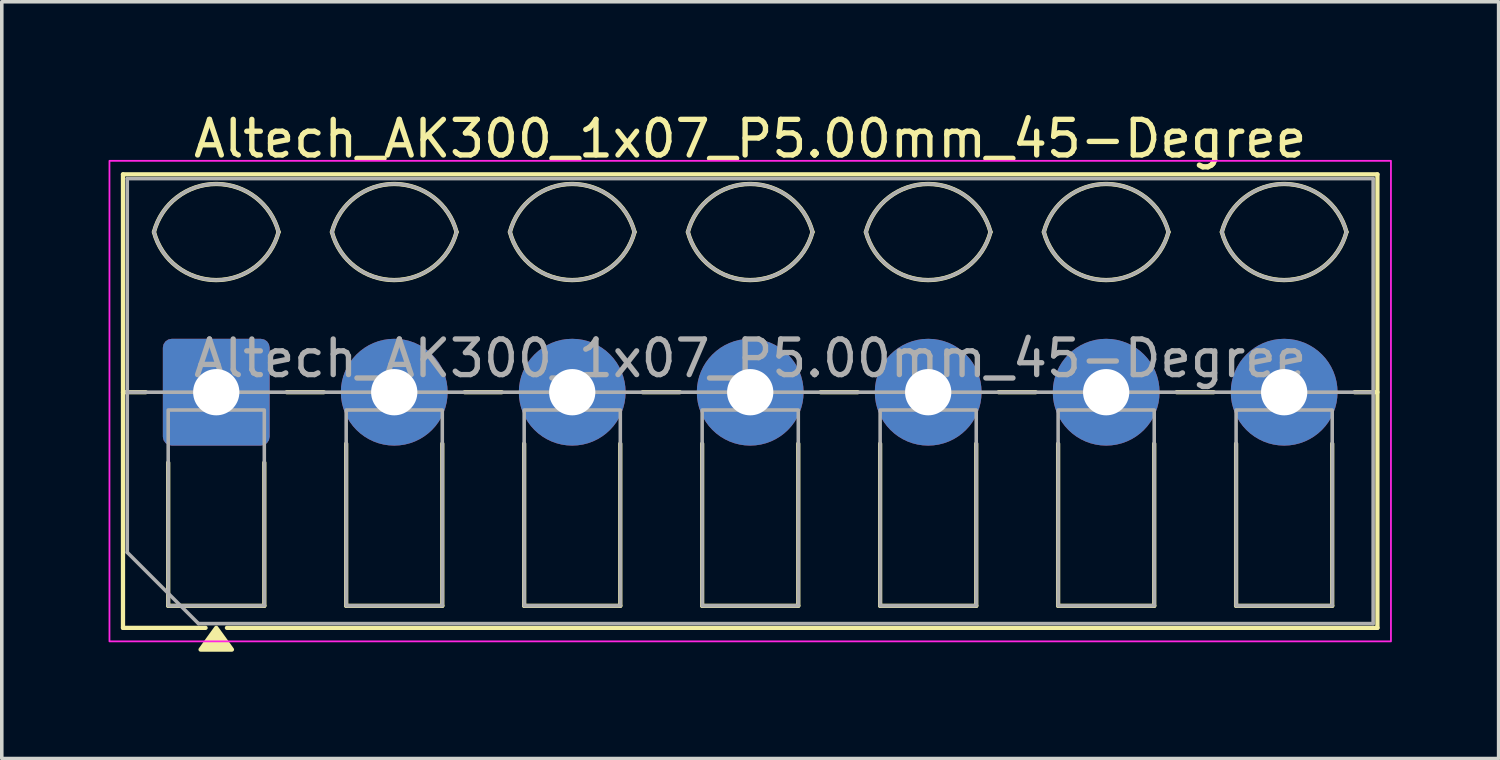
<source format=kicad_pcb>
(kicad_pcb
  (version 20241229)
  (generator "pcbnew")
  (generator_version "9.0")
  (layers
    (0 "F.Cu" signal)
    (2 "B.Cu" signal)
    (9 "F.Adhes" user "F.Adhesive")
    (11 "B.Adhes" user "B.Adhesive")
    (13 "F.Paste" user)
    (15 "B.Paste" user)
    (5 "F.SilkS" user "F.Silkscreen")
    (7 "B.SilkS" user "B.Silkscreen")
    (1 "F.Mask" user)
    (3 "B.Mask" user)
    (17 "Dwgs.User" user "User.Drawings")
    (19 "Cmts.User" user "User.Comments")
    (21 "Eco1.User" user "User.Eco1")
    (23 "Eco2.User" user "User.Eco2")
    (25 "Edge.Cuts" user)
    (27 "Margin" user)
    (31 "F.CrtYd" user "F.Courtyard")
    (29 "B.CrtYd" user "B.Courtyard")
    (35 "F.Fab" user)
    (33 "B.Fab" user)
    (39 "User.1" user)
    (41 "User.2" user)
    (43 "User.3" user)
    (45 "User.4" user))
  (footprint "Altech_AK300_1x07_P5.00mm_45-Degree"
    (layer "F.Cu")
    (at 3.025 7.968)
    (property "Reference" "Altech_AK300_1x07_P5.00mm_45-Degree" (at 15 -7.12 0) (layer "F.SilkS") (effects (font (size 1 1) (thickness 0.15))))
    (attr through_hole)
    (fp_line (start -2.62 -6.12) (end 32.62 -6.12) (stroke (width 0.12) (type solid)) (layer "F.SilkS"))
    (fp_line (start -2.62 0) (end -1.98 0) (stroke (width 0.12) (type solid)) (layer "F.SilkS"))
    (fp_line (start -2.62 6.62) (end -2.62 -6.12) (stroke (width 0.12) (type solid)) (layer "F.SilkS"))
    (fp_line (start -1.35 6) (end -1.35 1.98) (stroke (width 0.12) (type solid)) (layer "F.SilkS"))
    (fp_line (start -0.3 6.62) (end -2.62 6.62) (stroke (width 0.12) (type solid)) (layer "F.SilkS"))
    (fp_line (start 1.35 1.98) (end 1.35 6) (stroke (width 0.12) (type solid)) (layer "F.SilkS"))
    (fp_line (start 1.35 6) (end -1.35 6) (stroke (width 0.12) (type solid)) (layer "F.SilkS"))
    (fp_line (start 1.98 0) (end 3.02 0) (stroke (width 0.12) (type solid)) (layer "F.SilkS"))
    (fp_line (start 3.65 6) (end 3.65 1.448) (stroke (width 0.12) (type solid)) (layer "F.SilkS"))
    (fp_line (start 6.35 1.448) (end 6.35 6) (stroke (width 0.12) (type solid)) (layer "F.SilkS"))
    (fp_line (start 6.35 6) (end 3.65 6) (stroke (width 0.12) (type solid)) (layer "F.SilkS"))
    (fp_line (start 6.98 0) (end 8.02 0) (stroke (width 0.12) (type solid)) (layer "F.SilkS"))
    (fp_line (start 8.65 6) (end 8.65 1.448) (stroke (width 0.12) (type solid)) (layer "F.SilkS"))
    (fp_line (start 11.35 1.448) (end 11.35 6) (stroke (width 0.12) (type solid)) (layer "F.SilkS"))
    (fp_line (start 11.35 6) (end 8.65 6) (stroke (width 0.12) (type solid)) (layer "F.SilkS"))
    (fp_line (start 11.98 0) (end 13.02 0) (stroke (width 0.12) (type solid)) (layer "F.SilkS"))
    (fp_line (start 13.65 6) (end 13.65 1.448) (stroke (width 0.12) (type solid)) (layer "F.SilkS"))
    (fp_line (start 16.35 1.448) (end 16.35 6) (stroke (width 0.12) (type solid)) (layer "F.SilkS"))
    (fp_line (start 16.35 6) (end 13.65 6) (stroke (width 0.12) (type solid)) (layer "F.SilkS"))
    (fp_line (start 16.98 0) (end 18.02 0) (stroke (width 0.12) (type solid)) (layer "F.SilkS"))
    (fp_line (start 18.65 6) (end 18.65 1.448) (stroke (width 0.12) (type solid)) (layer "F.SilkS"))
    (fp_line (start 21.35 1.448) (end 21.35 6) (stroke (width 0.12) (type solid)) (layer "F.SilkS"))
    (fp_line (start 21.35 6) (end 18.65 6) (stroke (width 0.12) (type solid)) (layer "F.SilkS"))
    (fp_line (start 21.98 0) (end 23.02 0) (stroke (width 0.12) (type solid)) (layer "F.SilkS"))
    (fp_line (start 23.65 6) (end 23.65 1.448) (stroke (width 0.12) (type solid)) (layer "F.SilkS"))
    (fp_line (start 26.35 1.448) (end 26.35 6) (stroke (width 0.12) (type solid)) (layer "F.SilkS"))
    (fp_line (start 26.35 6) (end 23.65 6) (stroke (width 0.12) (type solid)) (layer "F.SilkS"))
    (fp_line (start 26.98 0) (end 28.02 0) (stroke (width 0.12) (type solid)) (layer "F.SilkS"))
    (fp_line (start 28.65 6) (end 28.65 1.448) (stroke (width 0.12) (type solid)) (layer "F.SilkS"))
    (fp_line (start 31.35 1.448) (end 31.35 6) (stroke (width 0.12) (type solid)) (layer "F.SilkS"))
    (fp_line (start 31.35 6) (end 28.65 6) (stroke (width 0.12) (type solid)) (layer "F.SilkS"))
    (fp_line (start 31.98 0) (end 32.62 0) (stroke (width 0.12) (type solid)) (layer "F.SilkS"))
    (fp_line (start 32.62 -6.12) (end 32.62 6.62) (stroke (width 0.12) (type solid)) (layer "F.SilkS"))
    (fp_line (start 32.62 6.62) (end 0.3 6.62) (stroke (width 0.12) (type solid)) (layer "F.SilkS"))
    (fp_arc (start -1.75 -4.5) (mid 0 -5.85) (end 1.75 -4.5) (stroke (width 0.12) (type solid)) (layer "F.SilkS"))
    (fp_arc (start 1.75 -4.5) (mid 0 -3.15) (end -1.75 -4.5) (stroke (width 0.12) (type solid)) (layer "F.SilkS"))
    (fp_arc (start 3.25 -4.5) (mid 5 -5.85) (end 6.75 -4.5) (stroke (width 0.12) (type solid)) (layer "F.SilkS"))
    (fp_arc (start 6.75 -4.5) (mid 5 -3.15) (end 3.25 -4.5) (stroke (width 0.12) (type solid)) (layer "F.SilkS"))
    (fp_arc (start 8.25 -4.5) (mid 10 -5.85) (end 11.75 -4.5) (stroke (width 0.12) (type solid)) (layer "F.SilkS"))
    (fp_arc (start 11.75 -4.5) (mid 10 -3.15) (end 8.25 -4.5) (stroke (width 0.12) (type solid)) (layer "F.SilkS"))
    (fp_arc (start 13.25 -4.5) (mid 15 -5.85) (end 16.75 -4.5) (stroke (width 0.12) (type solid)) (layer "F.SilkS"))
    (fp_arc (start 16.75 -4.5) (mid 15 -3.15) (end 13.25 -4.5) (stroke (width 0.12) (type solid)) (layer "F.SilkS"))
    (fp_arc (start 18.25 -4.5) (mid 20 -5.85) (end 21.75 -4.5) (stroke (width 0.12) (type solid)) (layer "F.SilkS"))
    (fp_arc (start 21.75 -4.5) (mid 20 -3.15) (end 18.25 -4.5) (stroke (width 0.12) (type solid)) (layer "F.SilkS"))
    (fp_arc (start 23.25 -4.5) (mid 25 -5.85) (end 26.75 -4.5) (stroke (width 0.12) (type solid)) (layer "F.SilkS"))
    (fp_arc (start 26.75 -4.5) (mid 25 -3.15) (end 23.25 -4.5) (stroke (width 0.12) (type solid)) (layer "F.SilkS"))
    (fp_arc (start 28.25 -4.5) (mid 30 -5.85) (end 31.75 -4.5) (stroke (width 0.12) (type solid)) (layer "F.SilkS"))
    (fp_arc (start 31.75 -4.5) (mid 30 -3.15) (end 28.25 -4.5) (stroke (width 0.12) (type solid)) (layer "F.SilkS"))
    (fp_poly (pts (xy 0 6.62) (xy 0.44 7.23) (xy -0.44 7.23)) (stroke (width 0.12) (type solid)) (fill yes) (layer "F.SilkS"))
    (fp_rect (start -3 -6.5) (end 33 7) (stroke (width 0.05) (type solid)) (fill no) (layer "F.CrtYd"))
    (fp_line (start -2.5 -6) (end 32.5 -6) (stroke (width 0.1) (type solid)) (layer "F.Fab"))
    (fp_line (start -2.5 0) (end 32.5 0) (stroke (width 0.1) (type solid)) (layer "F.Fab"))
    (fp_line (start -2.5 4.5) (end -2.5 -6) (stroke (width 0.1) (type solid)) (layer "F.Fab"))
    (fp_line (start -0.5 6.5) (end -2.5 4.5) (stroke (width 0.1) (type solid)) (layer "F.Fab"))
    (fp_line (start 32.5 -6) (end 32.5 6.5) (stroke (width 0.1) (type solid)) (layer "F.Fab"))
    (fp_line (start 32.5 6.5) (end -0.5 6.5) (stroke (width 0.1) (type solid)) (layer "F.Fab"))
    (fp_rect (start -1.35 0.5) (end 1.35 6) (stroke (width 0.1) (type solid)) (fill no) (layer "F.Fab"))
    (fp_rect (start 3.65 0.5) (end 6.35 6) (stroke (width 0.1) (type solid)) (fill no) (layer "F.Fab"))
    (fp_rect (start 8.65 0.5) (end 11.351 6) (stroke (width 0.1) (type solid)) (fill no) (layer "F.Fab"))
    (fp_rect (start 13.65 0.5) (end 16.351 6) (stroke (width 0.1) (type solid)) (fill no) (layer "F.Fab"))
    (fp_rect (start 18.65 0.5) (end 21.35 6) (stroke (width 0.1) (type solid)) (fill no) (layer "F.Fab"))
    (fp_rect (start 23.65 0.5) (end 26.35 6) (stroke (width 0.1) (type solid)) (fill no) (layer "F.Fab"))
    (fp_rect (start 28.65 0.5) (end 31.35 6) (stroke (width 0.1) (type solid)) (fill no) (layer "F.Fab"))
    (fp_arc (start -1.75 -4.5) (mid 0 -5.85) (end 1.75 -4.5) (stroke (width 0.1) (type solid)) (layer "F.Fab"))
    (fp_arc (start 1.75 -4.5) (mid 0 -3.15) (end -1.75 -4.5) (stroke (width 0.1) (type solid)) (layer "F.Fab"))
    (fp_arc (start 3.25 -4.5) (mid 5 -5.85) (end 6.75 -4.5) (stroke (width 0.1) (type solid)) (layer "F.Fab"))
    (fp_arc (start 6.75 -4.5) (mid 5 -3.15) (end 3.25 -4.5) (stroke (width 0.1) (type solid)) (layer "F.Fab"))
    (fp_arc (start 8.25 -4.5) (mid 10 -5.85) (end 11.75 -4.5) (stroke (width 0.1) (type solid)) (layer "F.Fab"))
    (fp_arc (start 11.75 -4.5) (mid 10 -3.15) (end 8.25 -4.5) (stroke (width 0.1) (type solid)) (layer "F.Fab"))
    (fp_arc (start 13.25 -4.5) (mid 15 -5.85) (end 16.75 -4.5) (stroke (width 0.1) (type solid)) (layer "F.Fab"))
    (fp_arc (start 16.75 -4.5) (mid 15 -3.15) (end 13.25 -4.5) (stroke (width 0.1) (type solid)) (layer "F.Fab"))
    (fp_arc (start 18.25 -4.5) (mid 20 -5.85) (end 21.75 -4.5) (stroke (width 0.1) (type solid)) (layer "F.Fab"))
    (fp_arc (start 21.75 -4.5) (mid 20 -3.15) (end 18.25 -4.5) (stroke (width 0.1) (type solid)) (layer "F.Fab"))
    (fp_arc (start 23.25 -4.5) (mid 25 -5.85) (end 26.75 -4.5) (stroke (width 0.1) (type solid)) (layer "F.Fab"))
    (fp_arc (start 26.75 -4.5) (mid 25 -3.15) (end 23.25 -4.5) (stroke (width 0.1) (type solid)) (layer "F.Fab"))
    (fp_arc (start 28.25 -4.5) (mid 30 -5.85) (end 31.75 -4.5) (stroke (width 0.1) (type solid)) (layer "F.Fab"))
    (fp_arc (start 31.75 -4.5) (mid 30 -3.15) (end 28.25 -4.5) (stroke (width 0.1) (type solid)) (layer "F.Fab"))
    (fp_text user "${REFERENCE}" (at 15 -0.95 0) (layer "F.Fab") (effects (font (size 1 1) (thickness 0.15))))
    (pad "1" thru_hole roundrect (at 0 0) (size 3 3) (drill 1.3) (layers "*.Cu" "*.Mask") (roundrect_rratio 0.083))
    (pad "2" thru_hole circle (at 5 0) (size 3 3) (drill 1.3) (layers "*.Cu" "*.Mask"))
    (pad "3" thru_hole circle (at 10 0) (size 3 3) (drill 1.3) (layers "*.Cu" "*.Mask"))
    (pad "4" thru_hole circle (at 15 0) (size 3 3) (drill 1.3) (layers "*.Cu" "*.Mask"))
    (pad "5" thru_hole circle (at 20 0) (size 3 3) (drill 1.3) (layers "*.Cu" "*.Mask"))
    (pad "6" thru_hole circle (at 25 0) (size 3 3) (drill 1.3) (layers "*.Cu" "*.Mask"))
    (pad "7" thru_hole circle (at 30 0) (size 3 3) (drill 1.3) (layers "*.Cu" "*.Mask")))
  (gr_rect
    (start -3 -3)
    (end 39.05 18.258)
    (stroke (width 0.1) (type default))
    (fill no)
    (layer "Edge.Cuts")))
</source>
